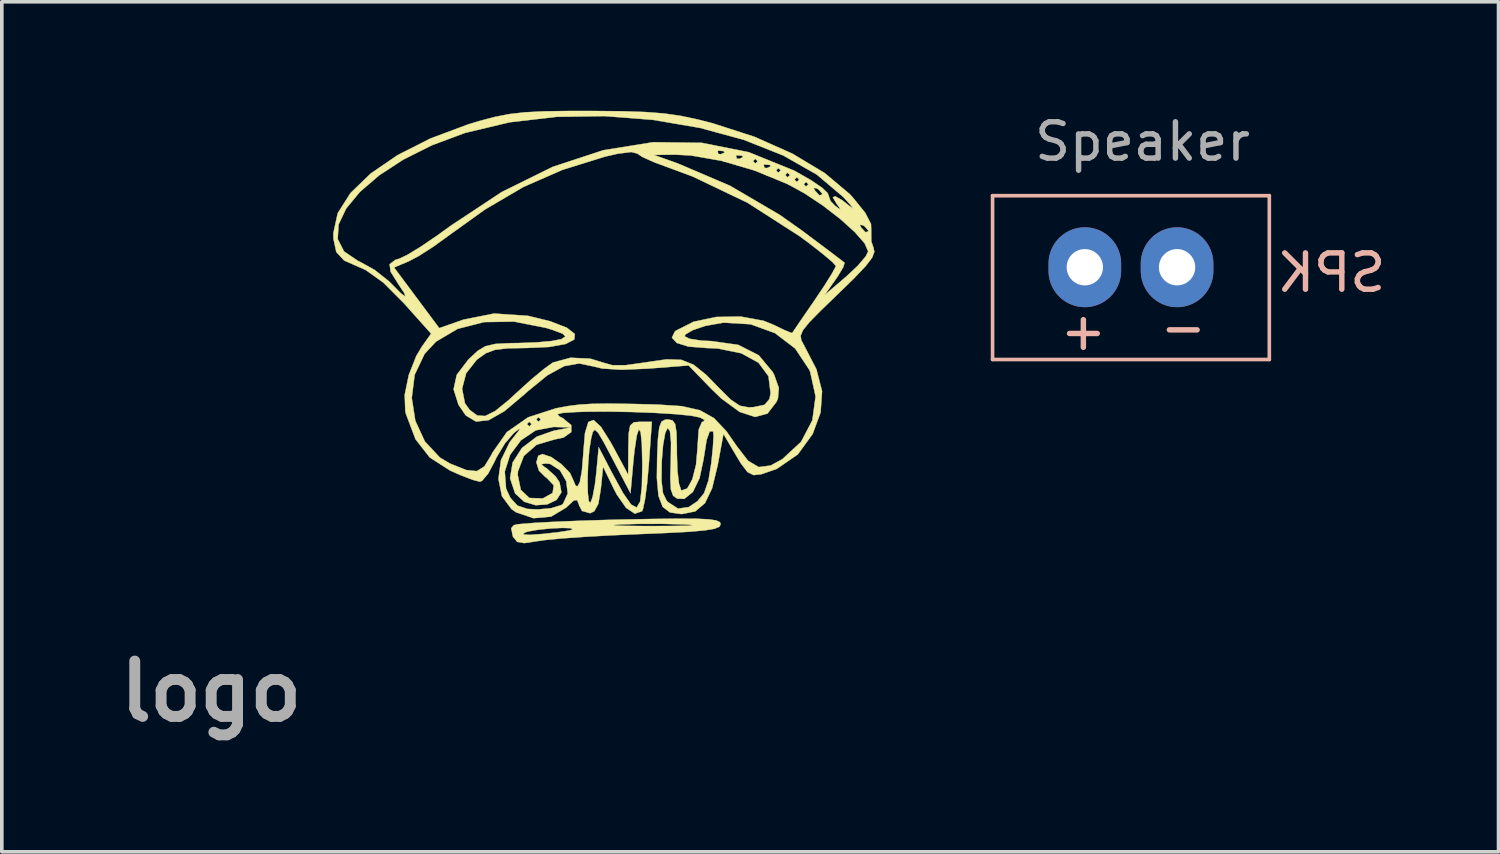
<source format=kicad_pcb>
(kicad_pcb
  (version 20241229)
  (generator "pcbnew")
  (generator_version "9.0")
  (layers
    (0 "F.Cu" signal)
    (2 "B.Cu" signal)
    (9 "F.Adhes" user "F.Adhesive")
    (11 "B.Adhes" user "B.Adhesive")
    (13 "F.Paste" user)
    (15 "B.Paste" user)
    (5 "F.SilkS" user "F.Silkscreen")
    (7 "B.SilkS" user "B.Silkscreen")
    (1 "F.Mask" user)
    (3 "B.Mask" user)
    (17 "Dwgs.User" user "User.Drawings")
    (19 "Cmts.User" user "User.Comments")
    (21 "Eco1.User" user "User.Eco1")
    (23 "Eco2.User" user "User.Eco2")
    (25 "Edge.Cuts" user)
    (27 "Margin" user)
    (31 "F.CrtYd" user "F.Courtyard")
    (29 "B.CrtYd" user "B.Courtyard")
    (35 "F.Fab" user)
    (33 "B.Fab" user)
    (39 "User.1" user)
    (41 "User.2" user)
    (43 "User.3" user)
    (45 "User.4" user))
  (footprint "logo"
    (layer "F.Cu")
    (at 2.765 15.986)
    (property "Reference" "logo" (at 0 0 0) (layer "F.Fab") (effects (font (size 1.524 1.524) (thickness 0.3))))
    (attr through_hole)
    (fp_poly (pts (xy 13.369 -4.753) (xy 13.706 -4.737) (xy 13.908 -4.706) (xy 14.006 -4.659) (xy 14.029 -4.603) (xy 13.991 -4.532) (xy 13.856 -4.477) (xy 13.591 -4.433) (xy 13.166 -4.395) (xy 12.547 -4.362) (xy 11.775 -4.33) (xy 11 -4.296) (xy 10.275 -4.255) (xy 9.654 -4.211) (xy 9.19 -4.167) (xy 8.977 -4.136) (xy 8.621 -4.082) (xy 8.426 -4.117) (xy 8.31 -4.256) (xy 8.309 -4.257) (xy 8.296 -4.32) (xy 8.587 -4.32) (xy 8.781 -4.309) (xy 9.139 -4.336) (xy 9.552 -4.382) (xy 9.849 -4.428) (xy 9.954 -4.456) (xy 9.902 -4.493) (xy 9.676 -4.501) (xy 9.354 -4.486) (xy 9.014 -4.452) (xy 8.735 -4.404) (xy 8.632 -4.373) (xy 8.587 -4.32) (xy 8.296 -4.32) (xy 8.259 -4.491) (xy 8.333 -4.577) (xy 8.353 -4.581) (xy 11.077 -4.581) (xy 11.127 -4.568) (xy 11.391 -4.558) (xy 11.847 -4.553) (xy 12.188 -4.552) (xy 12.739 -4.555) (xy 13.102 -4.562) (xy 13.26 -4.573) (xy 13.192 -4.587) (xy 13.039 -4.596) (xy 12.411 -4.613) (xy 11.731 -4.611) (xy 11.261 -4.596) (xy 11.077 -4.581) (xy 8.353 -4.581) (xy 8.498 -4.607) (xy 8.879 -4.638) (xy 9.435 -4.669) (xy 10.128 -4.697) (xy 10.92 -4.722) (xy 11.254 -4.73) (xy 12.173 -4.748) (xy 12.868 -4.756) (xy 13.369 -4.753)) (stroke (width 0.01) (type solid)) (fill yes) (layer "F.SilkS"))
    (fp_poly (pts (xy 10.473 -15.981) (xy 11.307 -15.973) (xy 11.951 -15.952) (xy 12.47 -15.912) (xy 12.929 -15.846) (xy 13.391 -15.748) (xy 13.803 -15.643) (xy 14.958 -15.27) (xy 16.003 -14.805) (xy 16.891 -14.272) (xy 17.578 -13.695) (xy 17.659 -13.608) (xy 18.008 -13.177) (xy 18.167 -12.868) (xy 18.172 -12.713) (xy 18.175 -12.392) (xy 18.231 -12.228) (xy 18.259 -12.102) (xy 18.198 -11.941) (xy 18.022 -11.711) (xy 17.706 -11.378) (xy 17.241 -10.925) (xy 16.774 -10.474) (xy 16.466 -10.16) (xy 16.293 -9.945) (xy 16.229 -9.794) (xy 16.248 -9.668) (xy 16.306 -9.56) (xy 16.664 -8.87) (xy 16.819 -8.264) (xy 16.779 -7.681) (xy 16.56 -7.087) (xy 16.153 -6.526) (xy 15.575 -6.127) (xy 15.146 -5.978) (xy 14.932 -5.955) (xy 14.766 -6.039) (xy 14.584 -6.278) (xy 14.454 -6.493) (xy 14.104 -7.089) (xy 13.945 -6.224) (xy 13.792 -5.593) (xy 13.595 -5.182) (xy 13.329 -4.957) (xy 12.966 -4.883) (xy 12.934 -4.883) (xy 12.631 -4.927) (xy 12.43 -5.082) (xy 12.315 -5.385) (xy 12.278 -5.791) (xy 12.399 -5.791) (xy 12.44 -5.457) (xy 12.539 -5.252) (xy 12.572 -5.215) (xy 12.854 -5.032) (xy 13.149 -5.075) (xy 13.39 -5.236) (xy 13.57 -5.456) (xy 13.692 -5.809) (xy 13.769 -6.283) (xy 13.813 -6.711) (xy 13.832 -7.027) (xy 13.822 -7.158) (xy 13.726 -7.16) (xy 13.642 -6.927) (xy 13.566 -6.45) (xy 13.562 -6.415) (xy 13.447 -5.872) (xy 13.261 -5.489) (xy 13.027 -5.3) (xy 12.832 -5.306) (xy 12.719 -5.386) (xy 12.658 -5.554) (xy 12.64 -5.865) (xy 12.654 -6.344) (xy 12.661 -6.857) (xy 12.63 -7.169) (xy 12.569 -7.254) (xy 12.501 -7.116) (xy 12.443 -6.792) (xy 12.406 -6.35) (xy 12.404 -6.316) (xy 12.399 -5.791) (xy 12.278 -5.791) (xy 12.271 -5.871) (xy 12.278 -6.44) (xy 12.301 -6.956) (xy 12.337 -7.268) (xy 12.399 -7.427) (xy 12.5 -7.482) (xy 12.569 -7.487) (xy 12.698 -7.464) (xy 12.775 -7.361) (xy 12.811 -7.126) (xy 12.822 -6.705) (xy 12.822 -6.534) (xy 12.838 -6.07) (xy 12.88 -5.717) (xy 12.939 -5.54) (xy 12.95 -5.532) (xy 13.108 -5.587) (xy 13.248 -5.841) (xy 13.349 -6.239) (xy 13.392 -6.724) (xy 13.392 -6.756) (xy 13.423 -7.209) (xy 13.513 -7.417) (xy 13.553 -7.431) (xy 13.584 -7.474) (xy 13.457 -7.542) (xy 13.218 -7.59) (xy 12.785 -7.633) (xy 12.218 -7.668) (xy 11.578 -7.692) (xy 10.926 -7.704) (xy 10.321 -7.7) (xy 10.028 -7.69) (xy 9.67 -7.666) (xy 9.534 -7.631) (xy 9.59 -7.568) (xy 9.684 -7.52) (xy 9.914 -7.332) (xy 9.914 -7.139) (xy 9.704 -6.989) (xy 9.456 -6.937) (xy 8.96 -6.79) (xy 8.608 -6.482) (xy 8.446 -6.057) (xy 8.441 -5.956) (xy 8.525 -5.547) (xy 8.761 -5.325) (xy 9.126 -5.313) (xy 9.138 -5.316) (xy 9.399 -5.462) (xy 9.433 -5.672) (xy 9.233 -5.882) (xy 9.203 -5.899) (xy 9.023 -6.079) (xy 8.953 -6.306) (xy 9.005 -6.487) (xy 9.122 -6.534) (xy 9.365 -6.451) (xy 9.647 -6.252) (xy 9.878 -6.015) (xy 9.965 -5.826) (xy 10.034 -5.663) (xy 10.086 -5.645) (xy 10.15 -5.761) (xy 10.163 -5.833) (xy 10.363 -5.833) (xy 10.369 -5.474) (xy 10.395 -5.239) (xy 10.441 -5.189) (xy 10.503 -5.359) (xy 10.566 -5.698) (xy 10.602 -6.004) (xy 10.669 -6.724) (xy 11.031 -6.026) (xy 11.337 -5.466) (xy 11.561 -5.144) (xy 11.715 -5.063) (xy 11.81 -5.226) (xy 11.858 -5.636) (xy 11.87 -6.245) (xy 11.857 -6.816) (xy 11.824 -7.14) (xy 11.775 -7.215) (xy 11.716 -7.04) (xy 11.653 -6.614) (xy 11.622 -6.311) (xy 11.545 -5.455) (xy 11.048 -6.407) (xy 10.806 -6.864) (xy 10.654 -7.121) (xy 10.563 -7.205) (xy 10.507 -7.143) (xy 10.463 -6.979) (xy 10.411 -6.652) (xy 10.378 -6.248) (xy 10.363 -5.833) (xy 10.163 -5.833) (xy 10.206 -6.069) (xy 10.242 -6.504) (xy 10.245 -6.566) (xy 10.292 -7.115) (xy 10.384 -7.417) (xy 10.528 -7.472) (xy 10.733 -7.282) (xy 11.005 -6.848) (xy 11.073 -6.724) (xy 11.482 -5.963) (xy 11.485 -6.693) (xy 11.495 -7.104) (xy 11.536 -7.322) (xy 11.636 -7.408) (xy 11.811 -7.423) (xy 12.133 -7.423) (xy 12.049 -6.248) (xy 12.002 -5.721) (xy 11.945 -5.29) (xy 11.888 -5.018) (xy 11.863 -4.961) (xy 11.663 -4.893) (xy 11.423 -5.054) (xy 11.164 -5.425) (xy 11.077 -5.594) (xy 10.79 -6.187) (xy 10.727 -5.568) (xy 10.66 -5.164) (xy 10.548 -4.959) (xy 10.432 -4.905) (xy 10.21 -4.968) (xy 10.136 -5.11) (xy 10.079 -5.265) (xy 9.984 -5.256) (xy 9.786 -5.073) (xy 9.77 -5.057) (xy 9.358 -4.811) (xy 8.873 -4.768) (xy 8.395 -4.931) (xy 8.268 -5.019) (xy 8.005 -5.375) (xy 7.909 -5.849) (xy 7.936 -6.053) (xy 8.083 -6.053) (xy 8.119 -5.582) (xy 8.237 -5.33) (xy 8.433 -5.115) (xy 8.707 -5.024) (xy 8.99 -5.01) (xy 9.363 -5.044) (xy 9.637 -5.128) (xy 9.686 -5.162) (xy 9.817 -5.448) (xy 9.776 -5.786) (xy 9.602 -6.088) (xy 9.332 -6.262) (xy 9.215 -6.276) (xy 9.088 -6.255) (xy 9.182 -6.174) (xy 9.233 -6.144) (xy 9.475 -5.926) (xy 9.591 -5.758) (xy 9.643 -5.48) (xy 9.508 -5.271) (xy 9.251 -5.147) (xy 8.934 -5.126) (xy 8.619 -5.221) (xy 8.369 -5.449) (xy 8.228 -5.869) (xy 8.3 -6.303) (xy 8.556 -6.702) (xy 8.964 -7.013) (xy 9.422 -7.174) (xy 9.902 -7.267) (xy 9.427 -7.281) (xy 8.938 -7.188) (xy 8.528 -6.913) (xy 8.231 -6.515) (xy 8.083 -6.053) (xy 7.936 -6.053) (xy 7.979 -6.366) (xy 8.215 -6.855) (xy 8.278 -6.937) (xy 8.469 -7.178) (xy 8.501 -7.244) (xy 8.377 -7.149) (xy 8.325 -7.106) (xy 8.087 -6.828) (xy 7.855 -6.441) (xy 7.794 -6.312) (xy 7.623 -5.991) (xy 7.458 -5.798) (xy 7.398 -5.773) (xy 7.199 -5.825) (xy 6.859 -5.956) (xy 6.575 -6.082) (xy 6.018 -6.44) (xy 5.626 -6.942) (xy 5.365 -7.63) (xy 5.344 -7.714) (xy 5.331 -8.082) (xy 5.522 -8.082) (xy 5.62 -7.45) (xy 5.883 -6.881) (xy 6.297 -6.438) (xy 6.575 -6.273) (xy 7.022 -6.094) (xy 7.316 -6.064) (xy 7.525 -6.197) (xy 7.715 -6.512) (xy 7.742 -6.57) (xy 8.142 -7.14) (xy 8.458 -7.359) (xy 8.695 -7.359) (xy 8.758 -7.296) (xy 8.822 -7.359) (xy 8.758 -7.423) (xy 8.695 -7.359) (xy 8.458 -7.359) (xy 8.641 -7.487) (xy 8.949 -7.487) (xy 9.012 -7.423) (xy 9.076 -7.487) (xy 9.012 -7.55) (xy 8.949 -7.487) (xy 8.641 -7.487) (xy 8.726 -7.546) (xy 9.497 -7.795) (xy 9.826 -7.856) (xy 10.142 -7.896) (xy 10.5 -7.918) (xy 10.954 -7.924) (xy 11.559 -7.915) (xy 12.273 -7.898) (xy 12.957 -7.853) (xy 13.458 -7.74) (xy 13.844 -7.523) (xy 14.185 -7.164) (xy 14.473 -6.749) (xy 14.783 -6.348) (xy 15.075 -6.176) (xy 15.403 -6.218) (xy 15.726 -6.394) (xy 16.242 -6.872) (xy 16.552 -7.463) (xy 16.641 -8.119) (xy 16.494 -8.792) (xy 16.468 -8.855) (xy 16.079 -9.44) (xy 15.524 -9.864) (xy 14.851 -10.108) (xy 14.106 -10.152) (xy 13.607 -10.064) (xy 13.265 -9.948) (xy 13.062 -9.832) (xy 13.035 -9.777) (xy 13.174 -9.708) (xy 13.489 -9.659) (xy 13.775 -9.644) (xy 14.51 -9.541) (xy 15.075 -9.255) (xy 15.463 -8.789) (xy 15.501 -8.715) (xy 15.629 -8.355) (xy 15.605 -8.071) (xy 15.567 -7.975) (xy 15.318 -7.649) (xy 14.977 -7.556) (xy 14.55 -7.695) (xy 14.044 -8.065) (xy 13.769 -8.33) (xy 13.145 -8.974) (xy 12.031 -8.887) (xy 11.293 -8.855) (xy 10.759 -8.89) (xy 10.546 -8.942) (xy 10.133 -9.029) (xy 9.715 -8.954) (xy 9.252 -8.699) (xy 8.7 -8.248) (xy 8.616 -8.171) (xy 8.071 -7.713) (xy 7.638 -7.467) (xy 7.291 -7.429) (xy 7.01 -7.597) (xy 6.809 -7.891) (xy 6.674 -8.318) (xy 6.761 -8.716) (xy 7.079 -9.134) (xy 7.095 -9.15) (xy 7.335 -9.374) (xy 7.551 -9.504) (xy 7.825 -9.567) (xy 8.238 -9.588) (xy 8.46 -9.591) (xy 8.957 -9.609) (xy 9.379 -9.647) (xy 9.64 -9.698) (xy 9.648 -9.701) (xy 9.751 -9.77) (xy 9.68 -9.847) (xy 9.403 -9.951) (xy 9.212 -10.01) (xy 8.339 -10.181) (xy 7.516 -10.168) (xy 6.786 -9.982) (xy 6.19 -9.63) (xy 5.876 -9.293) (xy 5.602 -8.717) (xy 5.522 -8.082) (xy 5.331 -8.082) (xy 5.328 -8.164) (xy 5.439 -8.708) (xy 5.648 -9.238) (xy 5.8 -9.492) (xy 6.055 -9.849) (xy 5.311 -10.681) (xy 4.736 -11.258) (xy 4.249 -11.605) (xy 4.072 -11.682) (xy 3.66 -11.864) (xy 3.444 -12.098) (xy 3.368 -12.454) (xy 3.483 -12.454) (xy 3.658 -12.112) (xy 4.051 -11.847) (xy 4.09 -11.831) (xy 4.502 -11.603) (xy 4.891 -11.294) (xy 4.941 -11.245) (xy 5.223 -10.961) (xy 5.35 -10.869) (xy 5.316 -10.968) (xy 5.148 -11.221) (xy 4.939 -11.558) (xy 4.925 -11.672) (xy 5.035 -11.672) (xy 5.657 -10.837) (xy 6.28 -10.001) (xy 6.948 -10.236) (xy 7.788 -10.403) (xy 8.717 -10.341) (xy 9.33 -10.192) (xy 9.792 -10.013) (xy 10.011 -9.841) (xy 9.997 -9.688) (xy 9.759 -9.565) (xy 9.308 -9.483) (xy 8.68 -9.455) (xy 8.159 -9.445) (xy 7.814 -9.404) (xy 7.566 -9.312) (xy 7.337 -9.15) (xy 7.308 -9.126) (xy 7.019 -8.758) (xy 6.908 -8.334) (xy 6.986 -7.934) (xy 7.117 -7.75) (xy 7.324 -7.597) (xy 7.544 -7.582) (xy 7.821 -7.72) (xy 8.198 -8.027) (xy 8.419 -8.231) (xy 8.803 -8.579) (xy 9.151 -8.869) (xy 9.395 -9.045) (xy 9.417 -9.057) (xy 9.893 -9.186) (xy 10.438 -9.161) (xy 10.784 -9.054) (xy 11.047 -8.981) (xy 11.404 -8.98) (xy 11.926 -9.053) (xy 11.987 -9.063) (xy 12.537 -9.142) (xy 12.942 -9.129) (xy 13.281 -8.995) (xy 13.634 -8.711) (xy 13.985 -8.351) (xy 14.309 -8.029) (xy 14.555 -7.865) (xy 14.798 -7.82) (xy 14.938 -7.827) (xy 15.239 -7.891) (xy 15.371 -8.051) (xy 15.402 -8.21) (xy 15.344 -8.678) (xy 15.068 -9.05) (xy 14.595 -9.309) (xy 13.946 -9.441) (xy 13.613 -9.455) (xy 13.139 -9.493) (xy 12.819 -9.594) (xy 12.685 -9.739) (xy 12.768 -9.91) (xy 12.789 -9.928) (xy 13.278 -10.176) (xy 13.904 -10.309) (xy 14.577 -10.32) (xy 15.205 -10.205) (xy 15.486 -10.092) (xy 15.788 -9.946) (xy 15.973 -9.871) (xy 15.998 -9.87) (xy 16.073 -9.981) (xy 16.257 -10.25) (xy 16.515 -10.626) (xy 16.61 -10.763) (xy 16.883 -11.171) (xy 17.089 -11.499) (xy 17.193 -11.692) (xy 17.2 -11.715) (xy 17.102 -11.824) (xy 16.842 -12.043) (xy 16.466 -12.337) (xy 16.204 -12.531) (xy 14.77 -13.452) (xy 13.256 -14.177) (xy 12.62 -14.412) (xy 12.197 -14.568) (xy 11.876 -14.712) (xy 11.789 -14.77) (xy 12.188 -14.77) (xy 12.845 -14.537) (xy 14.287 -13.921) (xy 15.657 -13.118) (xy 16.276 -12.68) (xy 16.731 -12.339) (xy 17.107 -12.057) (xy 17.357 -11.866) (xy 17.44 -11.801) (xy 17.403 -11.68) (xy 17.255 -11.433) (xy 17.189 -11.336) (xy 16.891 -10.915) (xy 17.488 -11.424) (xy 17.804 -11.72) (xy 18.022 -11.977) (xy 18.089 -12.116) (xy 17.991 -12.337) (xy 17.72 -12.646) (xy 17.497 -12.848) (xy 17.859 -12.848) (xy 17.89 -12.777) (xy 18.018 -12.64) (xy 18.092 -12.668) (xy 18.093 -12.686) (xy 18.003 -12.793) (xy 17.946 -12.833) (xy 17.859 -12.848) (xy 17.497 -12.848) (xy 17.323 -13.004) (xy 16.848 -13.372) (xy 16.342 -13.709) (xy 16.061 -13.864) (xy 16.589 -13.864) (xy 16.62 -13.793) (xy 16.748 -13.656) (xy 16.822 -13.684) (xy 16.823 -13.702) (xy 16.733 -13.809) (xy 16.676 -13.849) (xy 16.589 -13.864) (xy 16.061 -13.864) (xy 15.881 -13.962) (xy 15.879 -13.963) (xy 16.315 -13.963) (xy 16.378 -13.9) (xy 16.442 -13.963) (xy 16.378 -14.027) (xy 16.315 -13.963) (xy 15.879 -13.963) (xy 15.571 -14.091) (xy 16.061 -14.091) (xy 16.125 -14.027) (xy 16.188 -14.091) (xy 16.125 -14.154) (xy 16.061 -14.091) (xy 15.571 -14.091) (xy 15.264 -14.217) (xy 15.807 -14.217) (xy 15.87 -14.154) (xy 15.934 -14.217) (xy 15.87 -14.281) (xy 15.807 -14.217) (xy 15.264 -14.217) (xy 14.978 -14.335) (xy 14.948 -14.345) (xy 15.553 -14.345) (xy 15.617 -14.281) (xy 15.68 -14.345) (xy 15.617 -14.408) (xy 15.553 -14.345) (xy 14.948 -14.345) (xy 14.445 -14.493) (xy 15.214 -14.493) (xy 15.232 -14.417) (xy 15.299 -14.408) (xy 15.404 -14.454) (xy 15.384 -14.493) (xy 15.233 -14.508) (xy 15.214 -14.493) (xy 14.445 -14.493) (xy 14.087 -14.598) (xy 14.918 -14.598) (xy 14.982 -14.535) (xy 15.045 -14.598) (xy 14.982 -14.662) (xy 14.918 -14.598) (xy 14.087 -14.598) (xy 14.056 -14.607) (xy 13.256 -14.747) (xy 14.452 -14.747) (xy 14.47 -14.671) (xy 14.537 -14.662) (xy 14.642 -14.708) (xy 14.622 -14.747) (xy 14.471 -14.762) (xy 14.452 -14.747) (xy 13.256 -14.747) (xy 13.199 -14.756) (xy 12.759 -14.778) (xy 12.188 -14.77) (xy 11.789 -14.77) (xy 11.73 -14.809) (xy 11.565 -14.85) (xy 11.198 -14.804) (xy 10.842 -14.723) (xy 9.668 -14.358) (xy 8.592 -13.886) (xy 7.537 -13.267) (xy 6.536 -12.548) (xy 6.114 -12.243) (xy 5.709 -11.984) (xy 5.436 -11.84) (xy 5.035 -11.672) (xy 4.925 -11.672) (xy 4.913 -11.762) (xy 5.07 -11.881) (xy 5.183 -11.915) (xy 5.404 -12.02) (xy 5.771 -12.245) (xy 6.226 -12.554) (xy 6.599 -12.823) (xy 8.001 -13.75) (xy 9.406 -14.443) (xy 10.717 -14.874) (xy 13.944 -14.874) (xy 13.962 -14.798) (xy 14.029 -14.789) (xy 14.134 -14.835) (xy 14.114 -14.874) (xy 13.963 -14.889) (xy 13.944 -14.874) (xy 10.717 -14.874) (xy 10.799 -14.901) (xy 12.171 -15.121) (xy 13.51 -15.103) (xy 14.803 -14.845) (xy 16.039 -14.344) (xy 16.091 -14.317) (xy 16.513 -14.076) (xy 16.826 -13.863) (xy 16.979 -13.714) (xy 16.986 -13.687) (xy 17.052 -13.502) (xy 17.176 -13.372) (xy 17.323 -13.266) (xy 17.29 -13.333) (xy 17.22 -13.424) (xy 17.116 -13.602) (xy 17.18 -13.633) (xy 17.378 -13.521) (xy 17.577 -13.362) (xy 17.673 -13.292) (xy 17.607 -13.386) (xy 17.405 -13.611) (xy 16.676 -14.228) (xy 15.748 -14.756) (xy 14.659 -15.188) (xy 13.451 -15.516) (xy 12.162 -15.736) (xy 10.834 -15.839) (xy 9.506 -15.819) (xy 8.218 -15.669) (xy 7.011 -15.382) (xy 6.963 -15.367) (xy 6.074 -15.035) (xy 5.288 -14.641) (xy 4.623 -14.207) (xy 4.093 -13.751) (xy 3.716 -13.294) (xy 3.507 -12.855) (xy 3.483 -12.454) (xy 3.368 -12.454) (xy 3.367 -12.458) (xy 3.363 -12.615) (xy 3.483 -13.165) (xy 3.834 -13.719) (xy 4.391 -14.258) (xy 5.132 -14.765) (xy 6.034 -15.222) (xy 7.074 -15.611) (xy 7.386 -15.705) (xy 7.804 -15.816) (xy 8.202 -15.894) (xy 8.637 -15.944) (xy 9.167 -15.971) (xy 9.85 -15.981) (xy 10.473 -15.981)) (stroke (width 0.01) (type solid)) (fill yes) (layer "F.SilkS")))
  (footprint "Speaker"
    (layer "F.Cu")
    (at 24.279 6.848)
    (property "Reference" "Speaker" (at 4.13 -6 0) (layer "F.Fab") (effects (font (size 1 1) (thickness 0.15))))
    (attr through_hole)
    (fp_line (start 0 -4.51) (end 7.62 -4.51) (stroke (width 0.1) (type solid)) (layer "B.SilkS"))
    (fp_line (start 0 0) (end 0 -4.51) (stroke (width 0.1) (type solid)) (layer "B.SilkS"))
    (fp_line (start 7.62 -4.51) (end 7.62 0) (stroke (width 0.1) (type solid)) (layer "B.SilkS"))
    (fp_line (start 7.62 0) (end 0 0) (stroke (width 0.1) (type solid)) (layer "B.SilkS"))
    (fp_text user "SPK" (at 9.33 -2.39 0) (layer "B.SilkS") (effects (font (size 1 1) (thickness 0.15)) (justify mirror)))
    (fp_text user "-" (at 5.25 -0.89 0) (layer "B.SilkS") (effects (font (size 1 1) (thickness 0.15)) (justify mirror)))
    (fp_text user "+" (at 2.5 -0.79 0) (layer "B.SilkS") (effects (font (size 1 1) (thickness 0.15)) (justify mirror)))
    (pad "1" thru_hole oval (at 5.08 -2.54) (size 2 2.2) (drill 1) (layers "*.Cu" "*.Mask"))
    (pad "2" thru_hole oval (at 2.54 -2.54) (size 2 2.2) (drill 1) (layers "*.Cu" "*.Mask")))
  (gr_rect
    (start -3 -3)
    (end 38.21 20.404)
    (stroke (width 0.1) (type default))
    (fill no)
    (layer "Edge.Cuts")))
</source>
